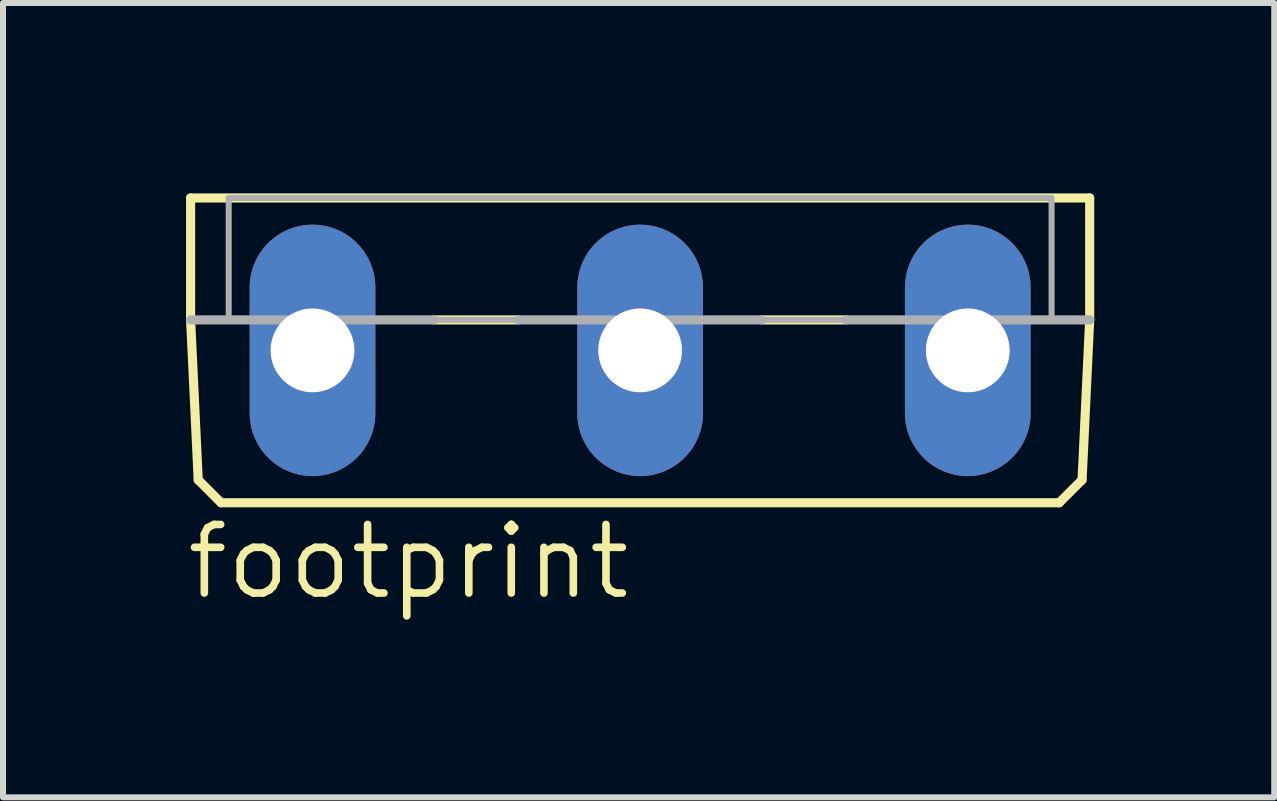
<source format=kicad_pcb>
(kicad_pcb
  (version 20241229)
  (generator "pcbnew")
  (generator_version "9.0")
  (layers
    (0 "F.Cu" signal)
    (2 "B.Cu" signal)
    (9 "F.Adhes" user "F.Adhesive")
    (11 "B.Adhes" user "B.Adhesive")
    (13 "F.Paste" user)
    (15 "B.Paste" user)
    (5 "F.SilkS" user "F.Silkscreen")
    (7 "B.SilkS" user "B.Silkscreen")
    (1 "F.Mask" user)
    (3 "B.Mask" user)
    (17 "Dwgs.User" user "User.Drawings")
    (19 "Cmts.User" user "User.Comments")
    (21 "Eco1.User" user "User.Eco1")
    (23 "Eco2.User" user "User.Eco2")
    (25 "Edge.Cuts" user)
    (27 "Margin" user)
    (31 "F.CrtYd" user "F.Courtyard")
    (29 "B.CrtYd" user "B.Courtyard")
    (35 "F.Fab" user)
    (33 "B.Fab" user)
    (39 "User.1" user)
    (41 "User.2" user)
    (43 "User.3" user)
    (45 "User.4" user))
  (footprint "footprint"
    (layer "F.Cu")
    (at 7.62 0.25)
    (property "Reference" "footprint" (at -7.62 6.731 0) (layer "F.SilkS") (effects (font (size 1.143 1.143) (thickness 0.127)) (justify left bottom)))
    (fp_line (start -7.493 0) (end -7.493 2.032) (stroke (width 0.152) (type solid)) (layer "F.SilkS"))
    (fp_line (start -7.493 0) (end 7.493 0) (stroke (width 0.152) (type solid)) (layer "F.SilkS"))
    (fp_line (start -7.493 2.032) (end -7.366 4.699) (stroke (width 0.152) (type solid)) (layer "F.SilkS"))
    (fp_line (start -7.366 4.699) (end -6.985 5.08) (stroke (width 0.152) (type solid)) (layer "F.SilkS"))
    (fp_line (start -2.032 2.032) (end -3.429 2.032) (stroke (width 0.152) (type solid)) (layer "F.SilkS"))
    (fp_line (start 3.429 2.032) (end 2.032 2.032) (stroke (width 0.152) (type solid)) (layer "F.SilkS"))
    (fp_line (start 6.985 5.08) (end -6.985 5.08) (stroke (width 0.152) (type solid)) (layer "F.SilkS"))
    (fp_line (start 7.366 4.699) (end 6.985 5.08) (stroke (width 0.152) (type solid)) (layer "F.SilkS"))
    (fp_line (start 7.493 0) (end 7.493 2.032) (stroke (width 0.152) (type solid)) (layer "F.SilkS"))
    (fp_line (start 7.493 2.032) (end 7.366 4.699) (stroke (width 0.152) (type solid)) (layer "F.SilkS"))
    (fp_line (start -3.429 2.032) (end -7.493 2.032) (stroke (width 0.152) (type solid)) (layer "F.Fab"))
    (fp_line (start 2.032 2.032) (end -2.032 2.032) (stroke (width 0.152) (type solid)) (layer "F.Fab"))
    (fp_line (start 7.493 2.032) (end 3.429 2.032) (stroke (width 0.152) (type solid)) (layer "F.Fab"))
    (fp_poly (pts (xy -6.858 2.032) (xy 6.858 2.032) (xy 6.858 0) (xy -6.858 0)) (stroke (width 0.1) (type solid)) (fill no) (layer "F.Fab"))
    (pad "A1" thru_hole oval (at -5.461 2.54 90) (size 4.191 2.095) (drill 1.397) (layers "*.Cu" "*.Mask"))
    (pad "A2" thru_hole oval (at 5.461 2.54 90) (size 4.191 2.095) (drill 1.397) (layers "*.Cu" "*.Mask"))
    (pad "C" thru_hole oval (at 0 2.54 90) (size 4.191 2.095) (drill 1.397) (layers "*.Cu" "*.Mask")))
  (gr_rect
    (start -3 -3)
    (end 18.189 10.24)
    (stroke (width 0.1) (type default))
    (fill no)
    (layer "Edge.Cuts")))
</source>
